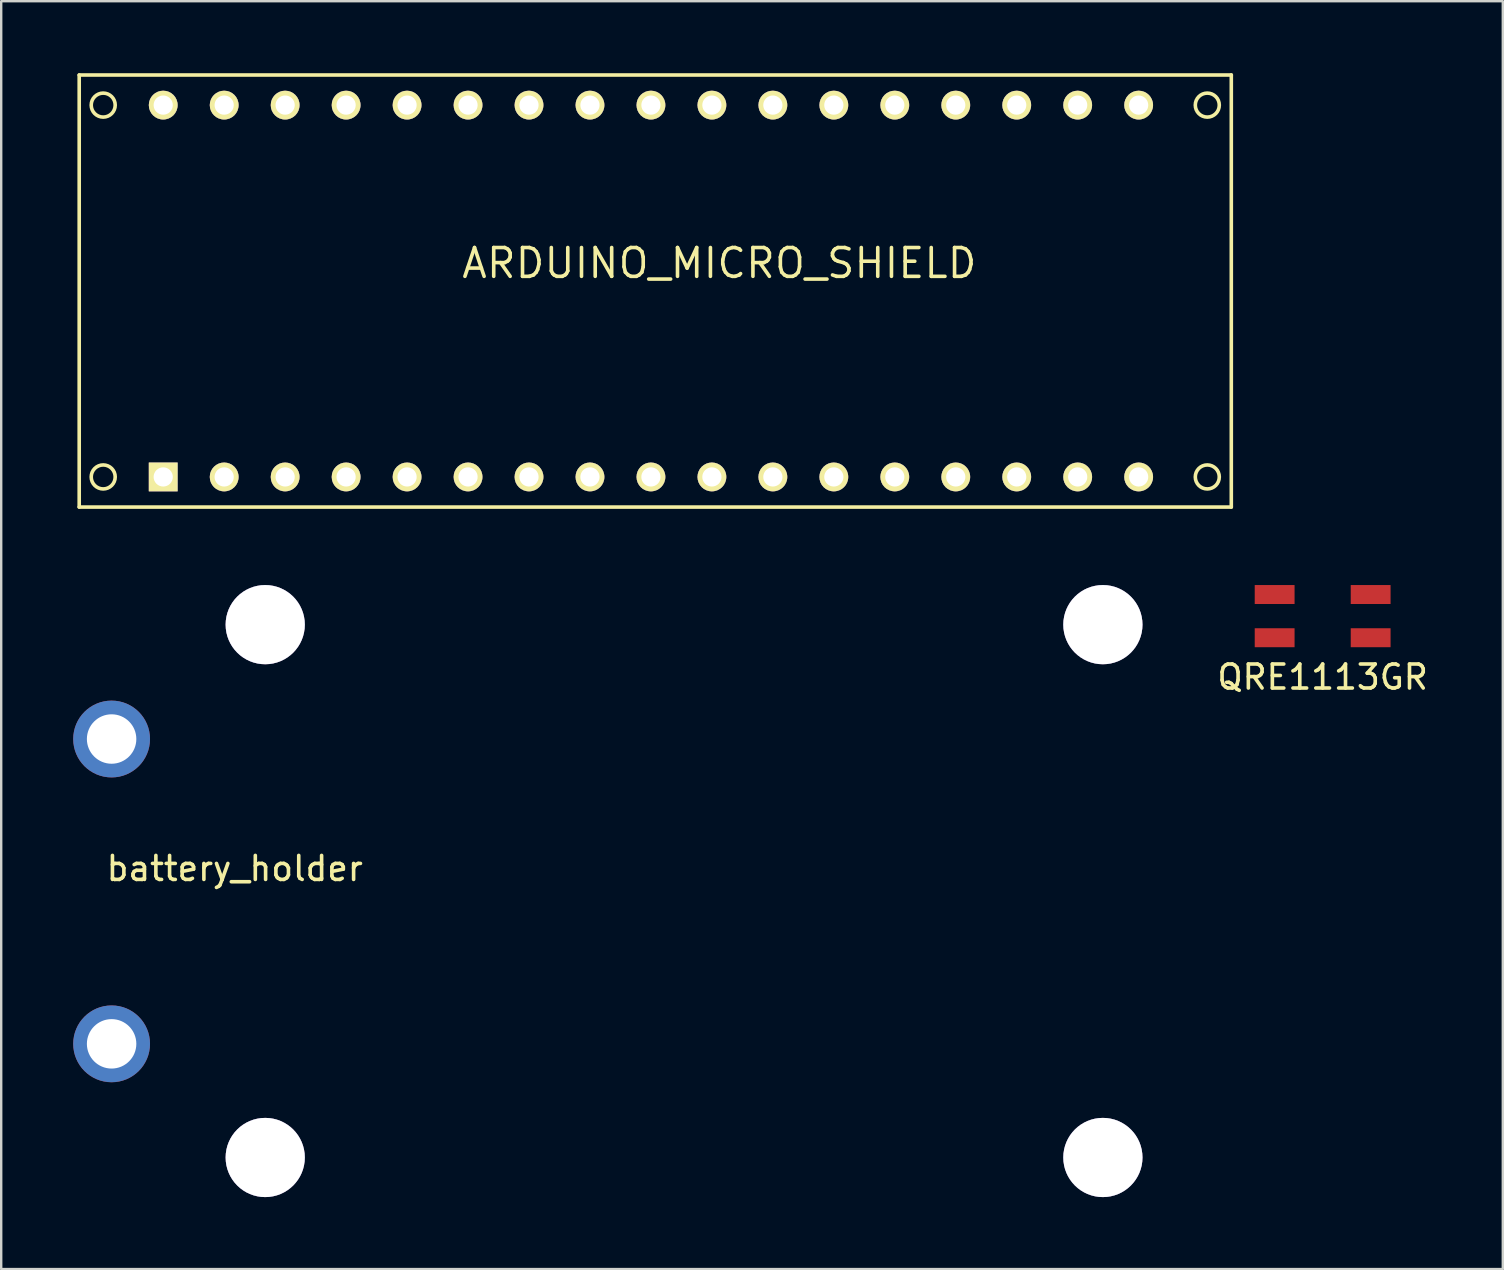
<source format=kicad_pcb>
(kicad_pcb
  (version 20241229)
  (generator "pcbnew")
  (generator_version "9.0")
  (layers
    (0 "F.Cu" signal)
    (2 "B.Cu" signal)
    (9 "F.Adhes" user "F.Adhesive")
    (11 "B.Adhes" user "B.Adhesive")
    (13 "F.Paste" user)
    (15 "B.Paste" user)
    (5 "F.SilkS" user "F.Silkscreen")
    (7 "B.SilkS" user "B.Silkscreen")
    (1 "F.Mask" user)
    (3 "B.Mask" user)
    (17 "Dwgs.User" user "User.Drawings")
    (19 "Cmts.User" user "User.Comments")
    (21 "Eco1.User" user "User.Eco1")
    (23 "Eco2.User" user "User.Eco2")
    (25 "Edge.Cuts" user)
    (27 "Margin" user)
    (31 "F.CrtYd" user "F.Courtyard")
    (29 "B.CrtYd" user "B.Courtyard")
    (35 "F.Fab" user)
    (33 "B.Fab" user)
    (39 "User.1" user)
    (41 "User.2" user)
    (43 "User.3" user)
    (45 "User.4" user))
  (footprint "ARDUINO_MICRO_SHIELD"
    (layer "F.Cu")
    (at 0.25 18.075)
    (property "Reference" "ARDUINO_MICRO_SHIELD" (at 26.67 -10.16 0) (layer "F.SilkS") (effects (font (size 1.2 1.2) (thickness 0.15))))
    (attr through_hole)
    (fp_line (start 0 -18) (end 48 -18) (stroke (width 0.15) (type solid)) (layer "F.SilkS"))
    (fp_line (start 0 0) (end 0 -18) (stroke (width 0.15) (type solid)) (layer "F.SilkS"))
    (fp_line (start 48 -18) (end 48 0) (stroke (width 0.15) (type solid)) (layer "F.SilkS"))
    (fp_line (start 48 0) (end 0 0) (stroke (width 0.15) (type solid)) (layer "F.SilkS"))
    (fp_circle (center 1 -16.746) (end 1.5 -16.746) (stroke (width 0.15) (type solid)) (fill no) (layer "F.SilkS"))
    (fp_circle (center 1 -1.254) (end 1.5 -1.254) (stroke (width 0.15) (type solid)) (fill no) (layer "F.SilkS"))
    (fp_circle (center 47 -16.746) (end 47.5 -16.746) (stroke (width 0.15) (type solid)) (fill no) (layer "F.SilkS"))
    (fp_circle (center 47 -1.254) (end 47.5 -1.254) (stroke (width 0.15) (type solid)) (fill no) (layer "F.SilkS"))
    (pad "1" thru_hole rect (at 3.5 -1.254) (size 1.2 1.2) (drill 0.8) (layers "*.Cu" "*.Mask" "F.SilkS"))
    (pad "2" thru_hole circle (at 6.04 -1.254) (size 1.2 1.2) (drill 0.8) (layers "*.Cu" "*.Mask" "F.SilkS"))
    (pad "3" thru_hole circle (at 8.58 -1.254) (size 1.2 1.2) (drill 0.8) (layers "*.Cu" "*.Mask" "F.SilkS"))
    (pad "4" thru_hole circle (at 11.12 -1.254) (size 1.2 1.2) (drill 0.8) (layers "*.Cu" "*.Mask" "F.SilkS"))
    (pad "5" thru_hole circle (at 13.66 -1.254) (size 1.2 1.2) (drill 0.8) (layers "*.Cu" "*.Mask" "F.SilkS"))
    (pad "6" thru_hole circle (at 16.2 -1.254) (size 1.2 1.2) (drill 0.8) (layers "*.Cu" "*.Mask" "F.SilkS"))
    (pad "7" thru_hole circle (at 18.74 -1.254) (size 1.2 1.2) (drill 0.8) (layers "*.Cu" "*.Mask" "F.SilkS"))
    (pad "8" thru_hole circle (at 21.28 -1.254) (size 1.2 1.2) (drill 0.8) (layers "*.Cu" "*.Mask" "F.SilkS"))
    (pad "9" thru_hole circle (at 23.82 -1.254) (size 1.2 1.2) (drill 0.8) (layers "*.Cu" "*.Mask" "F.SilkS"))
    (pad "10" thru_hole circle (at 26.36 -1.254) (size 1.2 1.2) (drill 0.8) (layers "*.Cu" "*.Mask" "F.SilkS"))
    (pad "11" thru_hole circle (at 28.9 -1.254) (size 1.2 1.2) (drill 0.8) (layers "*.Cu" "*.Mask" "F.SilkS"))
    (pad "12" thru_hole circle (at 31.44 -1.254) (size 1.2 1.2) (drill 0.8) (layers "*.Cu" "*.Mask" "F.SilkS"))
    (pad "13" thru_hole circle (at 33.98 -1.254) (size 1.2 1.2) (drill 0.8) (layers "*.Cu" "*.Mask" "F.SilkS"))
    (pad "14" thru_hole circle (at 36.52 -1.254) (size 1.2 1.2) (drill 0.8) (layers "*.Cu" "*.Mask" "F.SilkS"))
    (pad "15" thru_hole circle (at 39.06 -1.254) (size 1.2 1.2) (drill 0.8) (layers "*.Cu" "*.Mask" "F.SilkS"))
    (pad "16" thru_hole circle (at 41.6 -1.254) (size 1.2 1.2) (drill 0.8) (layers "*.Cu" "*.Mask" "F.SilkS"))
    (pad "17" thru_hole circle (at 44.14 -1.254) (size 1.2 1.2) (drill 0.8) (layers "*.Cu" "*.Mask" "F.SilkS"))
    (pad "18" thru_hole circle (at 44.14 -16.746) (size 1.2 1.2) (drill 0.8) (layers "*.Cu" "*.Mask" "F.SilkS"))
    (pad "19" thru_hole circle (at 41.6 -16.746) (size 1.2 1.2) (drill 0.8) (layers "*.Cu" "*.Mask" "F.SilkS"))
    (pad "20" thru_hole circle (at 39.06 -16.746) (size 1.2 1.2) (drill 0.8) (layers "*.Cu" "*.Mask" "F.SilkS"))
    (pad "21" thru_hole circle (at 36.52 -16.746) (size 1.2 1.2) (drill 0.8) (layers "*.Cu" "*.Mask" "F.SilkS"))
    (pad "22" thru_hole circle (at 33.98 -16.746) (size 1.2 1.2) (drill 0.8) (layers "*.Cu" "*.Mask" "F.SilkS"))
    (pad "23" thru_hole circle (at 31.44 -16.746) (size 1.2 1.2) (drill 0.8) (layers "*.Cu" "*.Mask" "F.SilkS"))
    (pad "24" thru_hole circle (at 28.9 -16.746) (size 1.2 1.2) (drill 0.8) (layers "*.Cu" "*.Mask" "F.SilkS"))
    (pad "25" thru_hole circle (at 26.36 -16.746) (size 1.2 1.2) (drill 0.8) (layers "*.Cu" "*.Mask" "F.SilkS"))
    (pad "26" thru_hole circle (at 23.82 -16.746) (size 1.2 1.2) (drill 0.8) (layers "*.Cu" "*.Mask" "F.SilkS"))
    (pad "27" thru_hole circle (at 21.28 -16.746) (size 1.2 1.2) (drill 0.8) (layers "*.Cu" "*.Mask" "F.SilkS"))
    (pad "28" thru_hole circle (at 18.74 -16.746) (size 1.2 1.2) (drill 0.8) (layers "*.Cu" "*.Mask" "F.SilkS"))
    (pad "29" thru_hole circle (at 16.2 -16.746) (size 1.2 1.2) (drill 0.8) (layers "*.Cu" "*.Mask" "F.SilkS"))
    (pad "30" thru_hole circle (at 13.66 -16.746) (size 1.2 1.2) (drill 0.8) (layers "*.Cu" "*.Mask" "F.SilkS"))
    (pad "31" thru_hole circle (at 11.12 -16.746) (size 1.2 1.2) (drill 0.8) (layers "*.Cu" "*.Mask" "F.SilkS"))
    (pad "32" thru_hole circle (at 8.58 -16.746) (size 1.2 1.2) (drill 0.8) (layers "*.Cu" "*.Mask" "F.SilkS"))
    (pad "33" thru_hole circle (at 6.04 -16.746) (size 1.2 1.2) (drill 0.8) (layers "*.Cu" "*.Mask" "F.SilkS"))
    (pad "34" thru_hole circle (at 3.5 -16.746) (size 1.2 1.2) (drill 0.8) (layers "*.Cu" "*.Mask" "F.SilkS")))
  (footprint "QRE1113GR"
    (layer "F.Cu")
    (at 52.056 22.62)
    (property "Reference" "QRE1113GR" (at 0 2.54 0) (layer "F.SilkS") (effects (font (size 1 1) (thickness 0.15))))
    (attr through_hole)
    (pad "1" smd rect (at -2 0.9) (size 1.66 0.79) (layers "F.Cu" "F.Mask" "F.Paste"))
    (pad "2" smd rect (at 2 0.9) (size 1.66 0.79) (layers "F.Cu" "F.Mask" "F.Paste"))
    (pad "3" smd rect (at 2 -0.9) (size 1.66 0.79) (layers "F.Cu" "F.Mask" "F.Paste"))
    (pad "4" smd rect (at -2 -0.9) (size 1.66 0.79) (layers "F.Cu" "F.Mask" "F.Paste")))
  (footprint "battery_holder"
    (layer "F.Cu")
    (at 8 22.975)
    (property "Reference" "battery_holder" (at -1.27 10.16 0) (layer "F.SilkS") (effects (font (size 1 1) (thickness 0.15))))
    (attr through_hole)
    (pad "1" thru_hole circle (at -6.4 4.765) (size 3.2 3.2) (drill 2.06) (layers "*.Cu" "*.Mask"))
    (pad "2" thru_hole circle (at -6.4 17.465) (size 3.2 3.2) (drill 2.06) (layers "*.Cu" "*.Mask"))
    (pad "3" thru_hole circle (at 0 22.2) (size 3.3 3.3) (drill 3.3) (layers "*.Cu" "*.Mask"))
    (pad "4" thru_hole circle (at 34.9 22.2) (size 3.3 3.3) (drill 3.3) (layers "*.Cu" "*.Mask"))
    (pad "5" thru_hole circle (at 0 0) (size 3.3 3.3) (drill 3.3) (layers "*.Cu" "*.Mask"))
    (pad "6" thru_hole circle (at 34.9 0) (size 3.3 3.3) (drill 3.3) (layers "*.Cu" "*.Mask")))
  (gr_rect
    (start -3 -3)
    (end 59.562 49.825)
    (stroke (width 0.1) (type default))
    (fill no)
    (layer "Edge.Cuts")))
</source>
